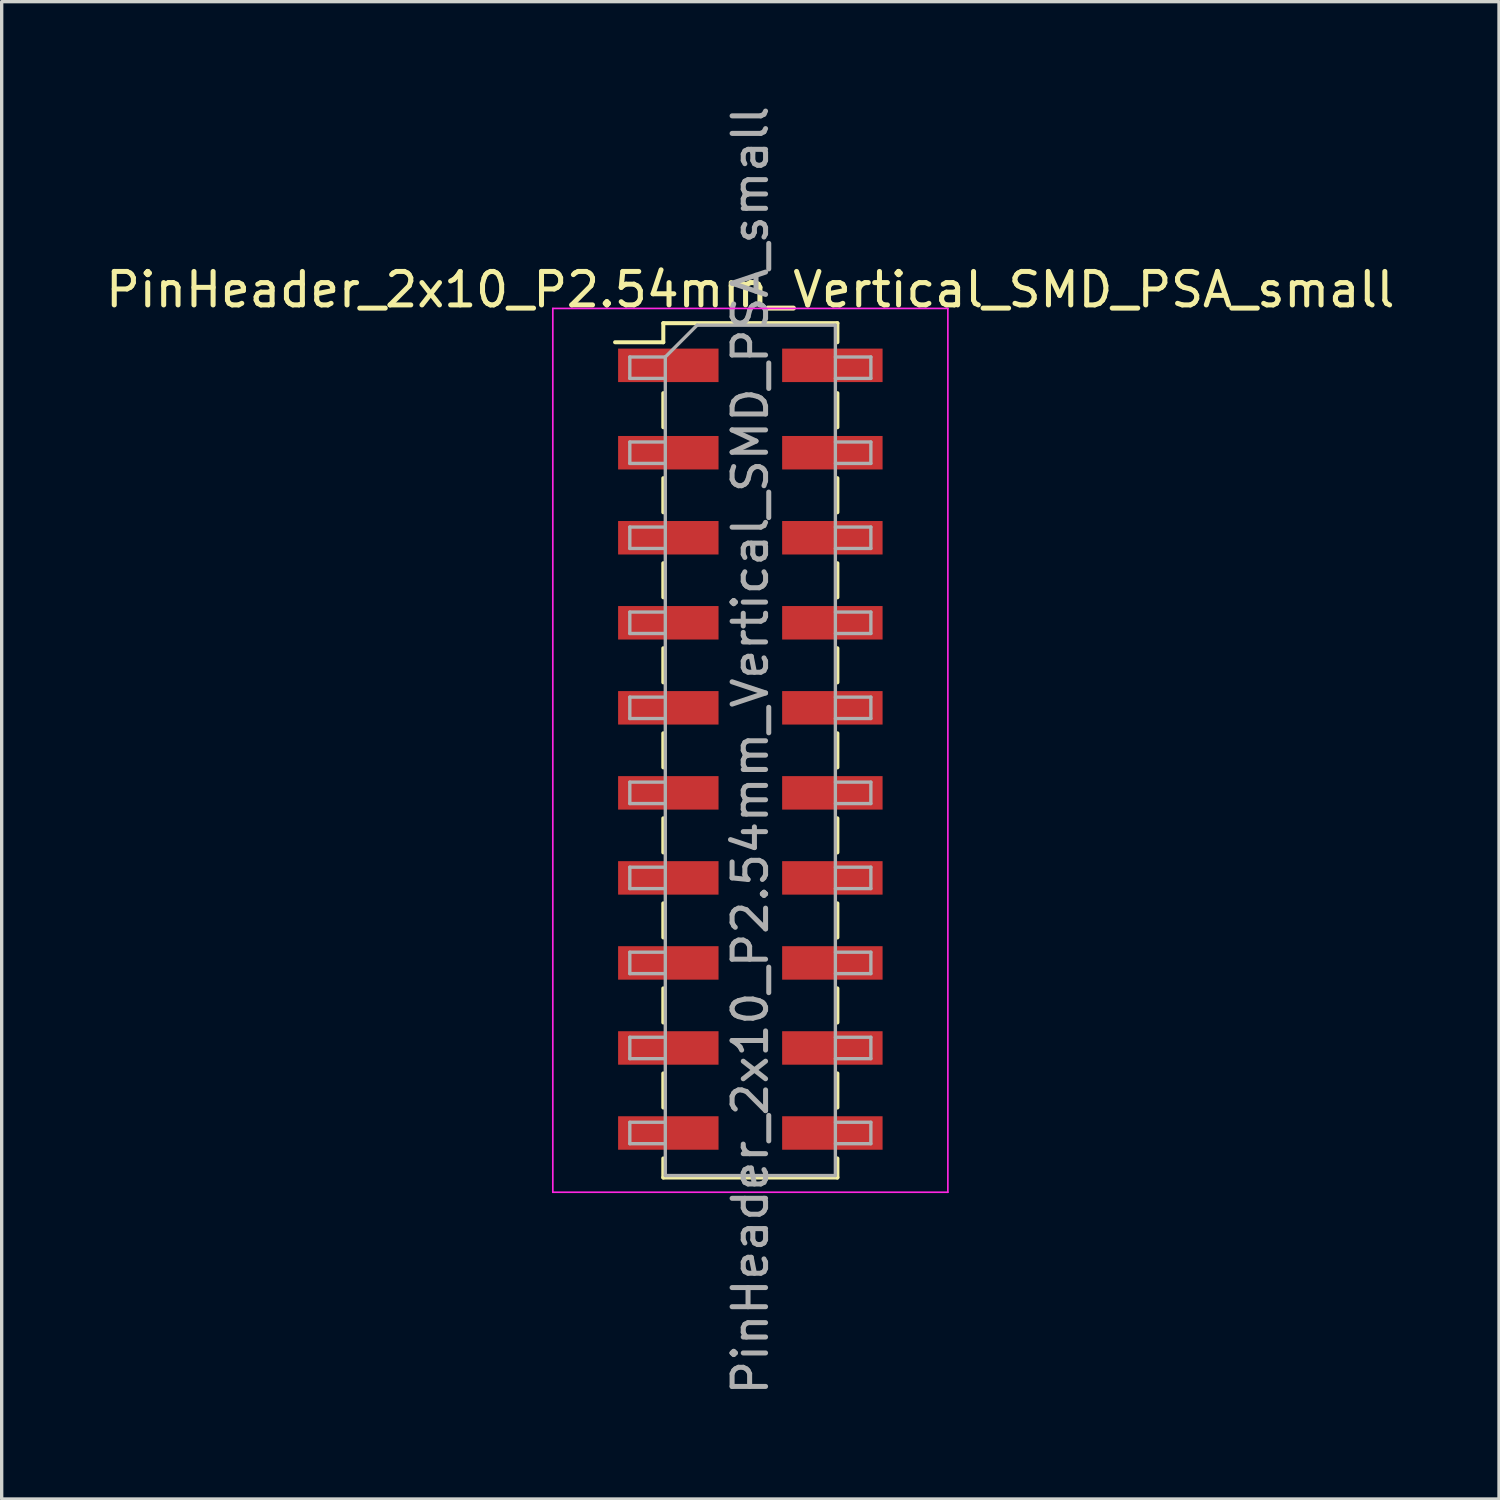
<source format=kicad_pcb>
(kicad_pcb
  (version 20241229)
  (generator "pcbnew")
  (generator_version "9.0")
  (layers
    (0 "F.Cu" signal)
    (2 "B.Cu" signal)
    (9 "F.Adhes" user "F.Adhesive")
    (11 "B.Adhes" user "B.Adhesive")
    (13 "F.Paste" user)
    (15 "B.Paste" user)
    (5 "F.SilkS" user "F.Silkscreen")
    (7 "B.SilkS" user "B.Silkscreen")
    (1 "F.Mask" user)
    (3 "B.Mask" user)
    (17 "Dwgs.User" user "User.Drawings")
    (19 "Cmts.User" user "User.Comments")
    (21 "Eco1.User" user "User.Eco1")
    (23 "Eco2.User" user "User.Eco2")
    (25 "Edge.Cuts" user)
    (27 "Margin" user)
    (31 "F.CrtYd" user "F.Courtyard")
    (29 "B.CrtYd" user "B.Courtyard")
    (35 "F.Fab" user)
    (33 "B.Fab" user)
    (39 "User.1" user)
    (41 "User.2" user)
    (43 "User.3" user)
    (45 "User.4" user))
  (footprint "PinHeader_2x10_P2.54mm_Vertical_SMD_PSA_small"
    (layer "F.Cu")
    (at 19.363 19.363)
    (property "Reference" "PinHeader_2x10_P2.54mm_Vertical_SMD_PSA_small" (at 0 -13.76 0) (layer "F.SilkS") (effects (font (size 1 1) (thickness 0.15))))
    (attr smd)
    (fp_line (start -4.04 -12.19) (end -2.6 -12.19) (stroke (width 0.12) (type solid)) (layer "F.SilkS"))
    (fp_line (start -2.6 -12.76) (end -2.6 -12.19) (stroke (width 0.12) (type solid)) (layer "F.SilkS"))
    (fp_line (start -2.6 -12.76) (end 2.6 -12.76) (stroke (width 0.12) (type solid)) (layer "F.SilkS"))
    (fp_line (start -2.6 -10.67) (end -2.6 -9.65) (stroke (width 0.12) (type solid)) (layer "F.SilkS"))
    (fp_line (start -2.6 -8.13) (end -2.6 -7.11) (stroke (width 0.12) (type solid)) (layer "F.SilkS"))
    (fp_line (start -2.6 -5.59) (end -2.6 -4.57) (stroke (width 0.12) (type solid)) (layer "F.SilkS"))
    (fp_line (start -2.6 -3.05) (end -2.6 -2.03) (stroke (width 0.12) (type solid)) (layer "F.SilkS"))
    (fp_line (start -2.6 -0.51) (end -2.6 0.51) (stroke (width 0.12) (type solid)) (layer "F.SilkS"))
    (fp_line (start -2.6 2.03) (end -2.6 3.05) (stroke (width 0.12) (type solid)) (layer "F.SilkS"))
    (fp_line (start -2.6 4.57) (end -2.6 5.59) (stroke (width 0.12) (type solid)) (layer "F.SilkS"))
    (fp_line (start -2.6 7.11) (end -2.6 8.13) (stroke (width 0.12) (type solid)) (layer "F.SilkS"))
    (fp_line (start -2.6 9.65) (end -2.6 10.67) (stroke (width 0.12) (type solid)) (layer "F.SilkS"))
    (fp_line (start -2.6 12.19) (end -2.6 12.76) (stroke (width 0.12) (type solid)) (layer "F.SilkS"))
    (fp_line (start -2.6 12.76) (end 2.6 12.76) (stroke (width 0.12) (type solid)) (layer "F.SilkS"))
    (fp_line (start 2.6 -12.76) (end 2.6 -12.19) (stroke (width 0.12) (type solid)) (layer "F.SilkS"))
    (fp_line (start 2.6 -10.67) (end 2.6 -9.65) (stroke (width 0.12) (type solid)) (layer "F.SilkS"))
    (fp_line (start 2.6 -8.13) (end 2.6 -7.11) (stroke (width 0.12) (type solid)) (layer "F.SilkS"))
    (fp_line (start 2.6 -5.59) (end 2.6 -4.57) (stroke (width 0.12) (type solid)) (layer "F.SilkS"))
    (fp_line (start 2.6 -3.05) (end 2.6 -2.03) (stroke (width 0.12) (type solid)) (layer "F.SilkS"))
    (fp_line (start 2.6 -0.51) (end 2.6 0.51) (stroke (width 0.12) (type solid)) (layer "F.SilkS"))
    (fp_line (start 2.6 2.03) (end 2.6 3.05) (stroke (width 0.12) (type solid)) (layer "F.SilkS"))
    (fp_line (start 2.6 4.57) (end 2.6 5.59) (stroke (width 0.12) (type solid)) (layer "F.SilkS"))
    (fp_line (start 2.6 7.11) (end 2.6 8.13) (stroke (width 0.12) (type solid)) (layer "F.SilkS"))
    (fp_line (start 2.6 9.65) (end 2.6 10.67) (stroke (width 0.12) (type solid)) (layer "F.SilkS"))
    (fp_line (start 2.6 12.19) (end 2.6 12.76) (stroke (width 0.12) (type solid)) (layer "F.SilkS"))
    (fp_line (start -5.9 -13.2) (end -5.9 13.2) (stroke (width 0.05) (type solid)) (layer "F.CrtYd"))
    (fp_line (start -5.9 13.2) (end 5.9 13.2) (stroke (width 0.05) (type solid)) (layer "F.CrtYd"))
    (fp_line (start 5.9 -13.2) (end -5.9 -13.2) (stroke (width 0.05) (type solid)) (layer "F.CrtYd"))
    (fp_line (start 5.9 13.2) (end 5.9 -13.2) (stroke (width 0.05) (type solid)) (layer "F.CrtYd"))
    (fp_line (start -3.6 -11.75) (end -3.6 -11.11) (stroke (width 0.1) (type solid)) (layer "F.Fab"))
    (fp_line (start -3.6 -11.11) (end -2.54 -11.11) (stroke (width 0.1) (type solid)) (layer "F.Fab"))
    (fp_line (start -3.6 -9.21) (end -3.6 -8.57) (stroke (width 0.1) (type solid)) (layer "F.Fab"))
    (fp_line (start -3.6 -8.57) (end -2.54 -8.57) (stroke (width 0.1) (type solid)) (layer "F.Fab"))
    (fp_line (start -3.6 -6.67) (end -3.6 -6.03) (stroke (width 0.1) (type solid)) (layer "F.Fab"))
    (fp_line (start -3.6 -6.03) (end -2.54 -6.03) (stroke (width 0.1) (type solid)) (layer "F.Fab"))
    (fp_line (start -3.6 -4.13) (end -3.6 -3.49) (stroke (width 0.1) (type solid)) (layer "F.Fab"))
    (fp_line (start -3.6 -3.49) (end -2.54 -3.49) (stroke (width 0.1) (type solid)) (layer "F.Fab"))
    (fp_line (start -3.6 -1.59) (end -3.6 -0.95) (stroke (width 0.1) (type solid)) (layer "F.Fab"))
    (fp_line (start -3.6 -0.95) (end -2.54 -0.95) (stroke (width 0.1) (type solid)) (layer "F.Fab"))
    (fp_line (start -3.6 0.95) (end -3.6 1.59) (stroke (width 0.1) (type solid)) (layer "F.Fab"))
    (fp_line (start -3.6 1.59) (end -2.54 1.59) (stroke (width 0.1) (type solid)) (layer "F.Fab"))
    (fp_line (start -3.6 3.49) (end -3.6 4.13) (stroke (width 0.1) (type solid)) (layer "F.Fab"))
    (fp_line (start -3.6 4.13) (end -2.54 4.13) (stroke (width 0.1) (type solid)) (layer "F.Fab"))
    (fp_line (start -3.6 6.03) (end -3.6 6.67) (stroke (width 0.1) (type solid)) (layer "F.Fab"))
    (fp_line (start -3.6 6.67) (end -2.54 6.67) (stroke (width 0.1) (type solid)) (layer "F.Fab"))
    (fp_line (start -3.6 8.57) (end -3.6 9.21) (stroke (width 0.1) (type solid)) (layer "F.Fab"))
    (fp_line (start -3.6 9.21) (end -2.54 9.21) (stroke (width 0.1) (type solid)) (layer "F.Fab"))
    (fp_line (start -3.6 11.11) (end -3.6 11.75) (stroke (width 0.1) (type solid)) (layer "F.Fab"))
    (fp_line (start -3.6 11.75) (end -2.54 11.75) (stroke (width 0.1) (type solid)) (layer "F.Fab"))
    (fp_line (start -2.54 -11.75) (end -3.6 -11.75) (stroke (width 0.1) (type solid)) (layer "F.Fab"))
    (fp_line (start -2.54 -11.75) (end -1.59 -12.7) (stroke (width 0.1) (type solid)) (layer "F.Fab"))
    (fp_line (start -2.54 -9.21) (end -3.6 -9.21) (stroke (width 0.1) (type solid)) (layer "F.Fab"))
    (fp_line (start -2.54 -6.67) (end -3.6 -6.67) (stroke (width 0.1) (type solid)) (layer "F.Fab"))
    (fp_line (start -2.54 -4.13) (end -3.6 -4.13) (stroke (width 0.1) (type solid)) (layer "F.Fab"))
    (fp_line (start -2.54 -1.59) (end -3.6 -1.59) (stroke (width 0.1) (type solid)) (layer "F.Fab"))
    (fp_line (start -2.54 0.95) (end -3.6 0.95) (stroke (width 0.1) (type solid)) (layer "F.Fab"))
    (fp_line (start -2.54 3.49) (end -3.6 3.49) (stroke (width 0.1) (type solid)) (layer "F.Fab"))
    (fp_line (start -2.54 6.03) (end -3.6 6.03) (stroke (width 0.1) (type solid)) (layer "F.Fab"))
    (fp_line (start -2.54 8.57) (end -3.6 8.57) (stroke (width 0.1) (type solid)) (layer "F.Fab"))
    (fp_line (start -2.54 11.11) (end -3.6 11.11) (stroke (width 0.1) (type solid)) (layer "F.Fab"))
    (fp_line (start -2.54 12.7) (end -2.54 -11.75) (stroke (width 0.1) (type solid)) (layer "F.Fab"))
    (fp_line (start -1.59 -12.7) (end 2.54 -12.7) (stroke (width 0.1) (type solid)) (layer "F.Fab"))
    (fp_line (start 2.54 -12.7) (end 2.54 12.7) (stroke (width 0.1) (type solid)) (layer "F.Fab"))
    (fp_line (start 2.54 -11.75) (end 3.6 -11.75) (stroke (width 0.1) (type solid)) (layer "F.Fab"))
    (fp_line (start 2.54 -9.21) (end 3.6 -9.21) (stroke (width 0.1) (type solid)) (layer "F.Fab"))
    (fp_line (start 2.54 -6.67) (end 3.6 -6.67) (stroke (width 0.1) (type solid)) (layer "F.Fab"))
    (fp_line (start 2.54 -4.13) (end 3.6 -4.13) (stroke (width 0.1) (type solid)) (layer "F.Fab"))
    (fp_line (start 2.54 -1.59) (end 3.6 -1.59) (stroke (width 0.1) (type solid)) (layer "F.Fab"))
    (fp_line (start 2.54 0.95) (end 3.6 0.95) (stroke (width 0.1) (type solid)) (layer "F.Fab"))
    (fp_line (start 2.54 3.49) (end 3.6 3.49) (stroke (width 0.1) (type solid)) (layer "F.Fab"))
    (fp_line (start 2.54 6.03) (end 3.6 6.03) (stroke (width 0.1) (type solid)) (layer "F.Fab"))
    (fp_line (start 2.54 8.57) (end 3.6 8.57) (stroke (width 0.1) (type solid)) (layer "F.Fab"))
    (fp_line (start 2.54 11.11) (end 3.6 11.11) (stroke (width 0.1) (type solid)) (layer "F.Fab"))
    (fp_line (start 2.54 12.7) (end -2.54 12.7) (stroke (width 0.1) (type solid)) (layer "F.Fab"))
    (fp_line (start 3.6 -11.75) (end 3.6 -11.11) (stroke (width 0.1) (type solid)) (layer "F.Fab"))
    (fp_line (start 3.6 -11.11) (end 2.54 -11.11) (stroke (width 0.1) (type solid)) (layer "F.Fab"))
    (fp_line (start 3.6 -9.21) (end 3.6 -8.57) (stroke (width 0.1) (type solid)) (layer "F.Fab"))
    (fp_line (start 3.6 -8.57) (end 2.54 -8.57) (stroke (width 0.1) (type solid)) (layer "F.Fab"))
    (fp_line (start 3.6 -6.67) (end 3.6 -6.03) (stroke (width 0.1) (type solid)) (layer "F.Fab"))
    (fp_line (start 3.6 -6.03) (end 2.54 -6.03) (stroke (width 0.1) (type solid)) (layer "F.Fab"))
    (fp_line (start 3.6 -4.13) (end 3.6 -3.49) (stroke (width 0.1) (type solid)) (layer "F.Fab"))
    (fp_line (start 3.6 -3.49) (end 2.54 -3.49) (stroke (width 0.1) (type solid)) (layer "F.Fab"))
    (fp_line (start 3.6 -1.59) (end 3.6 -0.95) (stroke (width 0.1) (type solid)) (layer "F.Fab"))
    (fp_line (start 3.6 -0.95) (end 2.54 -0.95) (stroke (width 0.1) (type solid)) (layer "F.Fab"))
    (fp_line (start 3.6 0.95) (end 3.6 1.59) (stroke (width 0.1) (type solid)) (layer "F.Fab"))
    (fp_line (start 3.6 1.59) (end 2.54 1.59) (stroke (width 0.1) (type solid)) (layer "F.Fab"))
    (fp_line (start 3.6 3.49) (end 3.6 4.13) (stroke (width 0.1) (type solid)) (layer "F.Fab"))
    (fp_line (start 3.6 4.13) (end 2.54 4.13) (stroke (width 0.1) (type solid)) (layer "F.Fab"))
    (fp_line (start 3.6 6.03) (end 3.6 6.67) (stroke (width 0.1) (type solid)) (layer "F.Fab"))
    (fp_line (start 3.6 6.67) (end 2.54 6.67) (stroke (width 0.1) (type solid)) (layer "F.Fab"))
    (fp_line (start 3.6 8.57) (end 3.6 9.21) (stroke (width 0.1) (type solid)) (layer "F.Fab"))
    (fp_line (start 3.6 9.21) (end 2.54 9.21) (stroke (width 0.1) (type solid)) (layer "F.Fab"))
    (fp_line (start 3.6 11.11) (end 3.6 11.75) (stroke (width 0.1) (type solid)) (layer "F.Fab"))
    (fp_line (start 3.6 11.75) (end 2.54 11.75) (stroke (width 0.1) (type solid)) (layer "F.Fab"))
    (fp_text user "${REFERENCE}" (at 0 0 90) (layer "F.Fab") (effects (font (size 1 1) (thickness 0.15))))
    (pad "1" smd rect (at 2.45 11.43) (size 3 1) (layers "F.Cu" "F.Mask" "F.Paste"))
    (pad "2" smd rect (at 2.45 8.89) (size 3 1) (layers "F.Cu" "F.Mask" "F.Paste"))
    (pad "3" smd rect (at 2.45 6.35) (size 3 1) (layers "F.Cu" "F.Mask" "F.Paste"))
    (pad "4" smd rect (at 2.45 3.81) (size 3 1) (layers "F.Cu" "F.Mask" "F.Paste"))
    (pad "5" smd rect (at 2.45 1.27) (size 3 1) (layers "F.Cu" "F.Mask" "F.Paste"))
    (pad "6" smd rect (at 2.45 -1.27) (size 3 1) (layers "F.Cu" "F.Mask" "F.Paste"))
    (pad "7" smd rect (at 2.45 -3.81) (size 3 1) (layers "F.Cu" "F.Mask" "F.Paste"))
    (pad "8" smd rect (at 2.45 -6.35) (size 3 1) (layers "F.Cu" "F.Mask" "F.Paste"))
    (pad "9" smd rect (at 2.45 -8.89) (size 3 1) (layers "F.Cu" "F.Mask" "F.Paste"))
    (pad "10" smd rect (at 2.45 -11.5) (size 3 1) (layers "F.Cu" "F.Mask" "F.Paste"))
    (pad "11" smd rect (at -2.45 11.43) (size 3 1) (layers "F.Cu" "F.Mask" "F.Paste"))
    (pad "12" smd rect (at -2.45 8.89) (size 3 1) (layers "F.Cu" "F.Mask" "F.Paste"))
    (pad "13" smd rect (at -2.45 6.35) (size 3 1) (layers "F.Cu" "F.Mask" "F.Paste"))
    (pad "14" smd rect (at -2.45 3.81) (size 3 1) (layers "F.Cu" "F.Mask" "F.Paste"))
    (pad "15" smd rect (at -2.45 1.27) (size 3 1) (layers "F.Cu" "F.Mask" "F.Paste"))
    (pad "16" smd rect (at -2.45 -1.27) (size 3 1) (layers "F.Cu" "F.Mask" "F.Paste"))
    (pad "17" smd rect (at -2.45 -3.81) (size 3 1) (layers "F.Cu" "F.Mask" "F.Paste"))
    (pad "18" smd rect (at -2.45 -6.35) (size 3 1) (layers "F.Cu" "F.Mask" "F.Paste"))
    (pad "19" smd rect (at -2.45 -8.89) (size 3 1) (layers "F.Cu" "F.Mask" "F.Paste"))
    (pad "20" smd rect (at -2.45 -11.5) (size 3 1) (layers "F.Cu" "F.Mask" "F.Paste")))
  (gr_rect
    (start -3 -3)
    (end 41.726 41.726)
    (stroke (width 0.1) (type default))
    (fill no)
    (layer "Edge.Cuts")))
</source>
